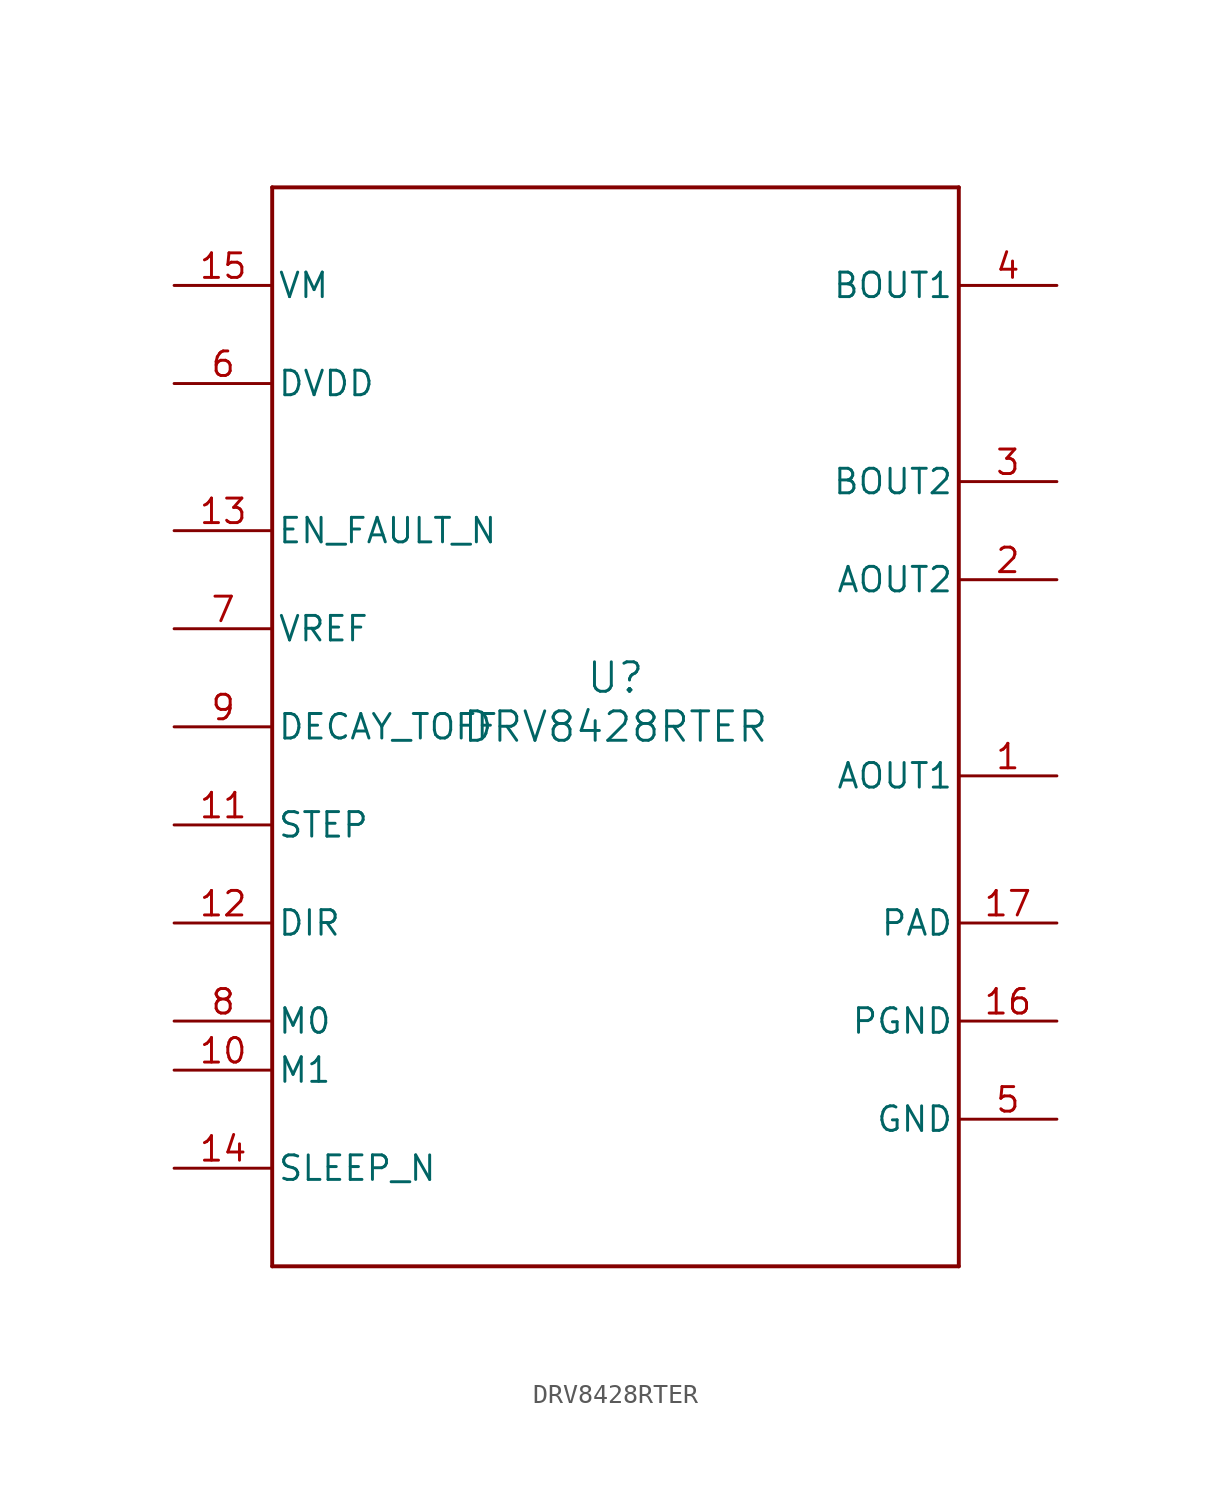
<source format=kicad_sym>
(kicad_symbol_lib
  (version 20211014)
  (generator kicad_symbol_editor)
  (symbol "DRV8428RTER"
    (pin_names
      (offset 0.254))
    (property "Reference" "U"
      (at 0 2.54 0)
      (effects (font (size 1.524 1.524))))
    (property "Value" "DRV8428RTER"
      (at 0 0 0)
      (effects (font (size 1.524 1.524))))
    (symbol "DRV8428RTER_0_1"
      (polyline (pts (xy -17.78 -27.94) (xy 17.78 -27.94)) (stroke (width 0.203) (type default) (color 0 0 0 0)) (fill (type none)))
      (polyline (pts (xy 17.78 -27.94) (xy 17.78 27.94)) (stroke (width 0.203) (type default) (color 0 0 0 0)) (fill (type none)))
      (polyline (pts (xy 17.78 27.94) (xy -17.78 27.94)) (stroke (width 0.203) (type default) (color 0 0 0 0)) (fill (type none)))
      (polyline (pts (xy -17.78 27.94) (xy -17.78 -27.94)) (stroke (width 0.203) (type default) (color 0 0 0 0)) (fill (type none)))
      (pin output line (at 22.86 -2.54 180) (length 5.08) (name "AOUT1" (effects (font (size 1.27 1.27)))) (number "1" (effects (font (size 1.27 1.27)))))
      (pin output line (at 22.86 7.62 180) (length 5.08) (name "AOUT2" (effects (font (size 1.27 1.27)))) (number "2" (effects (font (size 1.27 1.27)))))
      (pin output line (at 22.86 12.7 180) (length 5.08) (name "BOUT2" (effects (font (size 1.27 1.27)))) (number "3" (effects (font (size 1.27 1.27)))))
      (pin output line (at 22.86 22.86 180) (length 5.08) (name "BOUT1" (effects (font (size 1.27 1.27)))) (number "4" (effects (font (size 1.27 1.27)))))
      (pin power_in line (at 22.86 -20.32 180) (length 5.08) (name "GND" (effects (font (size 1.27 1.27)))) (number "5" (effects (font (size 1.27 1.27)))))
      (pin power_in line (at -22.86 17.78 0) (length 5.08) (name "DVDD" (effects (font (size 1.27 1.27)))) (number "6" (effects (font (size 1.27 1.27)))))
      (pin unspecified line (at -22.86 5.08 0) (length 5.08) (name "VREF" (effects (font (size 1.27 1.27)))) (number "7" (effects (font (size 1.27 1.27)))))
      (pin input line (at -22.86 -15.24 0) (length 5.08) (name "M0" (effects (font (size 1.27 1.27)))) (number "8" (effects (font (size 1.27 1.27)))))
      (pin input line (at -22.86 0 0) (length 5.08) (name "DECAY_TOFF" (effects (font (size 1.27 1.27)))) (number "9" (effects (font (size 1.27 1.27)))))
      (pin input line (at -22.86 -17.78 0) (length 5.08) (name "M1" (effects (font (size 1.27 1.27)))) (number "10" (effects (font (size 1.27 1.27)))))
      (pin input line (at -22.86 -5.08 0) (length 5.08) (name "STEP" (effects (font (size 1.27 1.27)))) (number "11" (effects (font (size 1.27 1.27)))))
      (pin input line (at -22.86 -10.16 0) (length 5.08) (name "DIR" (effects (font (size 1.27 1.27)))) (number "12" (effects (font (size 1.27 1.27)))))
      (pin bidirectional line (at -22.86 10.16 0) (length 5.08) (name "EN_FAULT_N" (effects (font (size 1.27 1.27)))) (number "13" (effects (font (size 1.27 1.27)))))
      (pin input line (at -22.86 -22.86 0) (length 5.08) (name "SLEEP_N" (effects (font (size 1.27 1.27)))) (number "14" (effects (font (size 1.27 1.27)))))
      (pin power_in line (at -22.86 22.86 0) (length 5.08) (name "VM" (effects (font (size 1.27 1.27)))) (number "15" (effects (font (size 1.27 1.27)))))
      (pin power_in line (at 22.86 -15.24 180) (length 5.08) (name "PGND" (effects (font (size 1.27 1.27)))) (number "16" (effects (font (size 1.27 1.27)))))
      (pin power_in line (at 22.86 -10.16 180) (length 5.08) (name "PAD" (effects (font (size 1.27 1.27)))) (number "17" (effects (font (size 1.27 1.27))))))))
</source>
